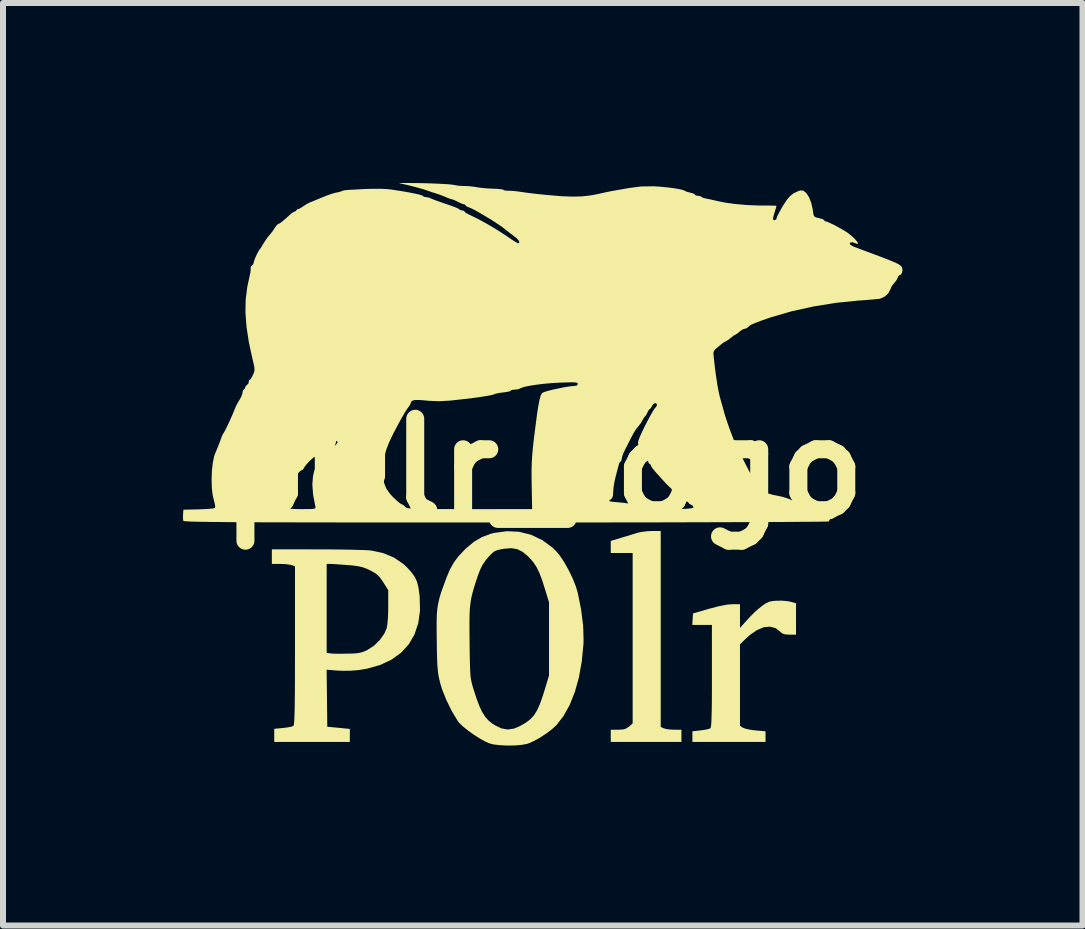
<source format=kicad_pcb>
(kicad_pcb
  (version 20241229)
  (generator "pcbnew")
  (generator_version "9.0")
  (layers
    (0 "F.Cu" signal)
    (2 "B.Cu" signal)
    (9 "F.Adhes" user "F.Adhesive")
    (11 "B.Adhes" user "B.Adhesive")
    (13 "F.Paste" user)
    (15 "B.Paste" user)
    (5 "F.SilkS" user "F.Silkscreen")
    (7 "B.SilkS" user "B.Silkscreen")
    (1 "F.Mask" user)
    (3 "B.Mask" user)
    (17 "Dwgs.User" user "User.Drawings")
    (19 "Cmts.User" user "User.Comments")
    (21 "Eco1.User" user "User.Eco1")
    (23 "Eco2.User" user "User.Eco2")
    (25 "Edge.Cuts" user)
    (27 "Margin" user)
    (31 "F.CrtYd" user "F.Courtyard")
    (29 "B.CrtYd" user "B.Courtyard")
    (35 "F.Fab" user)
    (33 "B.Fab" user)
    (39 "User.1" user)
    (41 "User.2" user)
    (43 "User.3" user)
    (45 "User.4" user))
  (footprint "p0lr_logo"
    (layer "F.Cu")
    (at 6.012 4.765)
    (property "Reference" "p0lr_logo" (at 0 0 0) (layer "F.SilkS") (effects (font (size 1.524 1.524) (thickness 0.3))))
    (attr board_only exclude_from_pos_files exclude_from_bom)
    (fp_poly (pts (xy 1.951 4.301) (xy 2.002 4.325) (xy 2.051 4.338) (xy 2.122 4.346) (xy 2.175 4.348) (xy 2.296 4.348) (xy 2.296 4.552) (xy 1.118 4.552) (xy 1.118 4.348) (xy 1.238 4.348) (xy 1.314 4.345) (xy 1.367 4.332) (xy 1.411 4.304) (xy 1.421 4.296) (xy 1.483 4.243) (xy 1.483 1.402) (xy 1.118 1.402) (xy 1.118 1.201) (xy 1.295 1.148) (xy 1.388 1.12) (xy 1.477 1.093) (xy 1.548 1.071) (xy 1.563 1.066) (xy 1.631 1.051) (xy 1.719 1.04) (xy 1.802 1.036) (xy 1.951 1.036)) (stroke (width 0) (type solid)) (fill yes) (layer "F.SilkS"))
    (fp_poly (pts (xy 4.061 2.205) (xy 4.116 2.215) (xy 4.206 2.24) (xy 4.206 2.764) (xy 4.098 2.764) (xy 4.024 2.759) (xy 3.978 2.744) (xy 3.95 2.721) (xy 3.868 2.656) (xy 3.773 2.63) (xy 3.668 2.64) (xy 3.554 2.688) (xy 3.433 2.772) (xy 3.363 2.836) (xy 3.272 2.925) (xy 3.272 4.283) (xy 3.319 4.314) (xy 3.361 4.33) (xy 3.431 4.346) (xy 3.514 4.358) (xy 3.532 4.36) (xy 3.698 4.374) (xy 3.698 4.552) (xy 2.479 4.552) (xy 2.479 4.374) (xy 2.616 4.359) (xy 2.69 4.349) (xy 2.748 4.336) (xy 2.779 4.324) (xy 2.785 4.309) (xy 2.791 4.275) (xy 2.795 4.219) (xy 2.798 4.138) (xy 2.801 4.028) (xy 2.803 3.888) (xy 2.804 3.713) (xy 2.804 3.501) (xy 2.804 3.452) (xy 2.804 2.601) (xy 2.477 2.601) (xy 2.483 2.505) (xy 2.489 2.41) (xy 2.753 2.333) (xy 2.922 2.289) (xy 3.056 2.263) (xy 3.145 2.256) (xy 3.272 2.256) (xy 3.272 2.454) (xy 3.273 2.652) (xy 3.344 2.57) (xy 3.436 2.47) (xy 3.513 2.392) (xy 3.586 2.327) (xy 3.646 2.28) (xy 3.708 2.238) (xy 3.761 2.214) (xy 3.824 2.202) (xy 3.886 2.198) (xy 3.974 2.197)) (stroke (width 0) (type solid)) (fill yes) (layer "F.SilkS"))
    (fp_poly (pts (xy -3.774 1.342) (xy -3.596 1.342) (xy -3.424 1.344) (xy -3.265 1.346) (xy -3.124 1.35) (xy -3.007 1.353) (xy -2.92 1.357) (xy -2.87 1.362) (xy -2.672 1.405) (xy -2.493 1.48) (xy -2.339 1.585) (xy -2.285 1.635) (xy -2.207 1.72) (xy -2.151 1.797) (xy -2.113 1.877) (xy -2.088 1.972) (xy -2.071 2.093) (xy -2.067 2.132) (xy -2.061 2.362) (xy -2.09 2.571) (xy -2.153 2.759) (xy -2.248 2.923) (xy -2.376 3.064) (xy -2.535 3.179) (xy -2.723 3.268) (xy -2.941 3.33) (xy -3.08 3.353) (xy -3.207 3.364) (xy -3.343 3.366) (xy -3.44 3.362) (xy -3.618 3.348) (xy -3.612 3.823) (xy -3.607 4.298) (xy -3.419 4.316) (xy -3.231 4.335) (xy -3.231 4.552) (xy -4.491 4.552) (xy -4.491 4.333) (xy -4.343 4.319) (xy -4.267 4.309) (xy -4.206 4.297) (xy -4.172 4.284) (xy -4.171 4.283) (xy -4.165 4.271) (xy -4.161 4.24) (xy -4.157 4.189) (xy -4.154 4.116) (xy -4.151 4.018) (xy -4.149 3.893) (xy -4.147 3.737) (xy -4.146 3.55) (xy -4.146 3.327) (xy -4.145 3.068) (xy -4.145 2.943) (xy -4.145 1.625) (xy -4.197 1.605) (xy -4.244 1.595) (xy -4.316 1.587) (xy -4.39 1.585) (xy -3.617 1.585) (xy -3.617 3.066) (xy -3.561 3.075) (xy -3.518 3.079) (xy -3.446 3.081) (xy -3.355 3.081) (xy -3.279 3.08) (xy -3.176 3.078) (xy -3.102 3.072) (xy -3.045 3.061) (xy -2.993 3.044) (xy -2.936 3.018) (xy -2.934 3.016) (xy -2.827 2.946) (xy -2.731 2.852) (xy -2.656 2.746) (xy -2.617 2.657) (xy -2.606 2.596) (xy -2.597 2.503) (xy -2.592 2.387) (xy -2.591 2.296) (xy -2.591 2.022) (xy -2.673 1.891) (xy -2.723 1.818) (xy -2.769 1.767) (xy -2.827 1.727) (xy -2.892 1.692) (xy -2.961 1.66) (xy -3.024 1.638) (xy -3.093 1.623) (xy -3.181 1.611) (xy -3.257 1.604) (xy -3.356 1.597) (xy -3.447 1.59) (xy -3.517 1.586) (xy -3.551 1.585) (xy -3.617 1.585) (xy -4.39 1.585) (xy -4.531 1.585) (xy -4.531 1.341)) (stroke (width 0) (type solid)) (fill yes) (layer "F.SilkS"))
    (fp_poly (pts (xy -0.408 1.049) (xy -0.212 1.098) (xy -0.026 1.186) (xy 0.145 1.311) (xy 0.192 1.355) (xy 0.265 1.44) (xy 0.342 1.555) (xy 0.416 1.687) (xy 0.484 1.827) (xy 0.538 1.964) (xy 0.569 2.07) (xy 0.625 2.35) (xy 0.658 2.614) (xy 0.665 2.856) (xy 0.663 2.92) (xy 0.635 3.209) (xy 0.587 3.477) (xy 0.519 3.721) (xy 0.432 3.938) (xy 0.327 4.125) (xy 0.212 4.272) (xy 0.134 4.343) (xy 0.035 4.417) (xy -0.073 4.487) (xy -0.178 4.544) (xy -0.266 4.581) (xy -0.27 4.582) (xy -0.362 4.6) (xy -0.478 4.61) (xy -0.605 4.612) (xy -0.729 4.606) (xy -0.838 4.593) (xy -0.904 4.576) (xy -0.98 4.542) (xy -1.072 4.49) (xy -1.17 4.427) (xy -1.265 4.359) (xy -1.348 4.292) (xy -1.408 4.234) (xy -1.428 4.209) (xy -1.534 4.033) (xy -1.624 3.849) (xy -1.695 3.67) (xy -1.721 3.584) (xy -1.737 3.519) (xy -1.75 3.46) (xy -1.76 3.401) (xy -1.767 3.334) (xy -1.773 3.253) (xy -1.777 3.152) (xy -1.78 3.023) (xy -1.782 2.865) (xy -1.784 2.691) (xy -1.784 2.549) (xy -1.784 2.549) (xy -1.237 2.549) (xy -1.237 2.699) (xy -1.235 2.881) (xy -1.235 2.906) (xy -1.233 3.076) (xy -1.23 3.211) (xy -1.227 3.317) (xy -1.223 3.399) (xy -1.218 3.465) (xy -1.21 3.518) (xy -1.2 3.566) (xy -1.187 3.614) (xy -1.174 3.658) (xy -1.121 3.822) (xy -1.073 3.951) (xy -1.025 4.052) (xy -0.976 4.131) (xy -0.92 4.194) (xy -0.856 4.246) (xy -0.821 4.269) (xy -0.707 4.325) (xy -0.601 4.345) (xy -0.493 4.329) (xy -0.393 4.286) (xy -0.299 4.232) (xy -0.223 4.174) (xy -0.161 4.107) (xy -0.109 4.023) (xy -0.061 3.916) (xy -0.013 3.779) (xy 0.012 3.698) (xy 0.089 3.444) (xy 0.089 2.225) (xy 0.021 2.002) (xy -0.027 1.85) (xy -0.073 1.73) (xy -0.12 1.635) (xy -0.173 1.555) (xy -0.236 1.483) (xy -0.264 1.455) (xy -0.354 1.381) (xy -0.442 1.338) (xy -0.539 1.322) (xy -0.658 1.331) (xy -0.7 1.338) (xy -0.773 1.354) (xy -0.825 1.377) (xy -0.873 1.418) (xy -0.91 1.457) (xy -0.969 1.527) (xy -1.015 1.594) (xy -1.054 1.669) (xy -1.091 1.763) (xy -1.132 1.886) (xy -1.134 1.89) (xy -1.164 1.988) (xy -1.188 2.074) (xy -1.207 2.154) (xy -1.22 2.236) (xy -1.23 2.324) (xy -1.235 2.426) (xy -1.237 2.549) (xy -1.784 2.549) (xy -1.781 2.432) (xy -1.773 2.332) (xy -1.758 2.242) (xy -1.737 2.152) (xy -1.708 2.055) (xy -1.668 1.944) (xy -1.622 1.818) (xy -1.563 1.678) (xy -1.5 1.564) (xy -1.423 1.46) (xy -1.321 1.352) (xy -1.297 1.328) (xy -1.164 1.217) (xy -1.029 1.137) (xy -0.878 1.081) (xy -0.825 1.068) (xy -0.613 1.039)) (stroke (width 0) (type solid)) (fill yes) (layer "F.SilkS"))
    (fp_poly (pts (xy -2.187 -4.764) (xy -2.069 -4.763) (xy -2.012 -4.762) (xy -1.877 -4.758) (xy -1.752 -4.753) (xy -1.644 -4.747) (xy -1.559 -4.741) (xy -1.506 -4.734) (xy -1.498 -4.733) (xy -1.427 -4.72) (xy -1.346 -4.715) (xy -1.325 -4.715) (xy -1.247 -4.712) (xy -1.157 -4.702) (xy -1.118 -4.695) (xy -1.041 -4.684) (xy -0.943 -4.675) (xy -0.845 -4.67) (xy -0.838 -4.67) (xy -0.761 -4.666) (xy -0.703 -4.66) (xy -0.673 -4.653) (xy -0.671 -4.65) (xy -0.652 -4.641) (xy -0.607 -4.636) (xy -0.584 -4.636) (xy -0.514 -4.633) (xy -0.428 -4.624) (xy -0.376 -4.616) (xy -0.314 -4.607) (xy -0.222 -4.595) (xy -0.109 -4.582) (xy 0.016 -4.569) (xy 0.102 -4.561) (xy 0.306 -4.544) (xy 0.48 -4.538) (xy 0.631 -4.541) (xy 0.769 -4.556) (xy 0.901 -4.58) (xy 0.914 -4.583) (xy 1 -4.603) (xy 1.086 -4.621) (xy 1.138 -4.631) (xy 1.199 -4.642) (xy 1.285 -4.657) (xy 1.383 -4.674) (xy 1.429 -4.682) (xy 1.623 -4.707) (xy 1.823 -4.71) (xy 1.846 -4.709) (xy 1.955 -4.702) (xy 2.065 -4.691) (xy 2.169 -4.678) (xy 2.257 -4.663) (xy 2.322 -4.648) (xy 2.355 -4.634) (xy 2.357 -4.632) (xy 2.382 -4.62) (xy 2.431 -4.607) (xy 2.443 -4.604) (xy 2.492 -4.591) (xy 2.518 -4.575) (xy 2.52 -4.571) (xy 2.537 -4.556) (xy 2.569 -4.552) (xy 2.612 -4.545) (xy 2.63 -4.534) (xy 2.656 -4.518) (xy 2.704 -4.506) (xy 2.707 -4.505) (xy 2.764 -4.494) (xy 2.84 -4.477) (xy 2.896 -4.464) (xy 3.033 -4.436) (xy 3.199 -4.414) (xy 3.382 -4.398) (xy 3.572 -4.39) (xy 3.647 -4.389) (xy 3.739 -4.389) (xy 3.814 -4.388) (xy 3.864 -4.386) (xy 3.881 -4.384) (xy 3.875 -4.363) (xy 3.862 -4.316) (xy 3.85 -4.279) (xy 3.83 -4.209) (xy 3.822 -4.169) (xy 3.827 -4.15) (xy 3.845 -4.145) (xy 3.851 -4.145) (xy 3.878 -4.161) (xy 3.881 -4.175) (xy 3.891 -4.205) (xy 3.918 -4.26) (xy 3.957 -4.331) (xy 3.985 -4.38) (xy 4.049 -4.478) (xy 4.107 -4.547) (xy 4.169 -4.595) (xy 4.243 -4.629) (xy 4.279 -4.641) (xy 4.329 -4.637) (xy 4.377 -4.597) (xy 4.422 -4.529) (xy 4.459 -4.436) (xy 4.484 -4.326) (xy 4.488 -4.298) (xy 4.497 -4.238) (xy 4.512 -4.206) (xy 4.543 -4.19) (xy 4.587 -4.18) (xy 4.64 -4.166) (xy 4.67 -4.15) (xy 4.674 -4.144) (xy 4.69 -4.127) (xy 4.701 -4.125) (xy 4.734 -4.115) (xy 4.792 -4.089) (xy 4.865 -4.053) (xy 4.943 -4.01) (xy 5.016 -3.968) (xy 5.074 -3.93) (xy 5.08 -3.925) (xy 5.137 -3.879) (xy 5.185 -3.833) (xy 5.221 -3.792) (xy 5.239 -3.762) (xy 5.237 -3.748) (xy 5.21 -3.755) (xy 5.203 -3.758) (xy 5.151 -3.777) (xy 5.113 -3.774) (xy 5.1 -3.753) (xy 5.118 -3.73) (xy 5.161 -3.706) (xy 5.177 -3.7) (xy 5.22 -3.684) (xy 5.294 -3.656) (xy 5.39 -3.62) (xy 5.501 -3.579) (xy 5.601 -3.541) (xy 5.73 -3.492) (xy 5.825 -3.453) (xy 5.892 -3.423) (xy 5.936 -3.398) (xy 5.961 -3.376) (xy 5.972 -3.36) (xy 5.981 -3.311) (xy 5.972 -3.264) (xy 5.947 -3.234) (xy 5.934 -3.231) (xy 5.914 -3.214) (xy 5.902 -3.187) (xy 5.878 -3.141) (xy 5.84 -3.095) (xy 5.801 -3.043) (xy 5.778 -2.991) (xy 5.743 -2.925) (xy 5.682 -2.87) (xy 5.609 -2.837) (xy 5.598 -2.835) (xy 5.556 -2.83) (xy 5.483 -2.823) (xy 5.387 -2.815) (xy 5.279 -2.807) (xy 5.243 -2.805) (xy 4.868 -2.767) (xy 4.493 -2.706) (xy 4.128 -2.625) (xy 3.787 -2.526) (xy 3.736 -2.508) (xy 3.617 -2.467) (xy 3.531 -2.434) (xy 3.472 -2.409) (xy 3.434 -2.388) (xy 3.413 -2.369) (xy 3.408 -2.362) (xy 3.375 -2.34) (xy 3.355 -2.337) (xy 3.316 -2.324) (xy 3.269 -2.291) (xy 3.263 -2.286) (xy 3.223 -2.253) (xy 3.196 -2.236) (xy 3.193 -2.235) (xy 3.168 -2.223) (xy 3.137 -2.197) (xy 3.086 -2.157) (xy 3.048 -2.134) (xy 3.003 -2.108) (xy 2.978 -2.091) (xy 2.908 -2.034) (xy 2.863 -1.996) (xy 2.839 -1.967) (xy 2.83 -1.937) (xy 2.831 -1.899) (xy 2.836 -1.852) (xy 2.853 -1.697) (xy 2.873 -1.546) (xy 2.894 -1.409) (xy 2.915 -1.293) (xy 2.934 -1.208) (xy 2.936 -1.199) (xy 2.959 -1.119) (xy 2.986 -1.023) (xy 3.008 -0.941) (xy 3.032 -0.861) (xy 3.065 -0.763) (xy 3.102 -0.657) (xy 3.14 -0.556) (xy 3.174 -0.468) (xy 3.201 -0.405) (xy 3.207 -0.393) (xy 3.224 -0.361) (xy 3.254 -0.301) (xy 3.294 -0.221) (xy 3.339 -0.13) (xy 3.343 -0.122) (xy 3.389 -0.031) (xy 3.431 0.049) (xy 3.465 0.11) (xy 3.486 0.143) (xy 3.487 0.144) (xy 3.51 0.181) (xy 3.515 0.2) (xy 3.526 0.222) (xy 3.531 0.224) (xy 3.549 0.24) (xy 3.569 0.281) (xy 3.57 0.284) (xy 3.602 0.334) (xy 3.634 0.345) (xy 3.679 0.361) (xy 3.702 0.383) (xy 3.742 0.41) (xy 3.821 0.433) (xy 3.876 0.444) (xy 3.991 0.469) (xy 4.094 0.503) (xy 4.178 0.544) (xy 4.234 0.587) (xy 4.255 0.621) (xy 4.262 0.641) (xy 4.275 0.655) (xy 4.3 0.664) (xy 4.346 0.669) (xy 4.419 0.673) (xy 4.516 0.675) (xy 4.765 0.681) (xy 4.771 0.77) (xy 4.77 0.84) (xy 4.752 0.876) (xy 4.751 0.877) (xy 4.729 0.878) (xy 4.667 0.879) (xy 4.569 0.881) (xy 4.435 0.882) (xy 4.267 0.883) (xy 4.066 0.885) (xy 3.835 0.886) (xy 3.576 0.887) (xy 3.289 0.888) (xy 2.977 0.889) (xy 2.641 0.89) (xy 2.283 0.891) (xy 1.904 0.892) (xy 1.507 0.892) (xy 1.093 0.893) (xy 0.663 0.893) (xy 0.22 0.894) (xy -0.236 0.894) (xy -0.636 0.894) (xy -1.196 0.894) (xy -1.717 0.894) (xy -2.201 0.894) (xy -2.647 0.893) (xy -3.059 0.893) (xy -3.437 0.893) (xy -3.782 0.892) (xy -4.096 0.892) (xy -4.381 0.891) (xy -4.637 0.891) (xy -4.866 0.89) (xy -5.069 0.889) (xy -5.248 0.888) (xy -5.405 0.886) (xy -5.539 0.885) (xy -5.654 0.883) (xy -5.749 0.882) (xy -5.828 0.88) (xy -5.89 0.878) (xy -5.937 0.875) (xy -5.971 0.873) (xy -5.993 0.87) (xy -6.004 0.868) (xy -6.007 0.866) (xy -6.012 0.828) (xy -6.012 0.771) (xy -6.011 0.759) (xy -6.005 0.681) (xy -5.751 0.675) (xy -5.653 0.671) (xy -5.569 0.666) (xy -5.509 0.659) (xy -5.48 0.652) (xy -5.479 0.651) (xy -5.475 0.623) (xy -5.485 0.568) (xy -5.491 0.548) (xy -4.288 0.548) (xy -4.287 0.613) (xy -4.277 0.653) (xy -4.274 0.657) (xy -4.249 0.662) (xy -4.193 0.667) (xy -4.113 0.67) (xy -4.028 0.671) (xy -3.928 0.67) (xy -3.862 0.669) (xy -3.824 0.664) (xy -3.806 0.656) (xy -3.803 0.641) (xy -3.806 0.625) (xy -3.843 0.431) (xy -3.856 0.263) (xy -3.846 0.132) (xy -3.843 0.115) (xy -2.678 0.115) (xy -2.662 0.23) (xy -2.623 0.329) (xy -2.559 0.42) (xy -2.501 0.481) (xy -2.445 0.533) (xy -2.399 0.571) (xy -2.371 0.589) (xy -2.368 0.589) (xy -2.339 0.603) (xy -2.311 0.63) (xy -2.302 0.639) (xy -2.29 0.647) (xy -2.272 0.653) (xy -2.244 0.658) (xy -2.202 0.662) (xy -2.144 0.665) (xy -2.066 0.667) (xy -1.965 0.669) (xy -1.837 0.67) (xy -1.678 0.67) (xy -1.487 0.671) (xy -1.258 0.671) (xy -1.235 0.671) (xy -0.193 0.671) (xy -0.195 0.537) (xy 1.094 0.537) (xy 1.118 0.545) (xy 1.172 0.551) (xy 1.25 0.558) (xy 1.332 0.566) (xy 1.397 0.575) (xy 1.436 0.583) (xy 1.443 0.586) (xy 1.466 0.603) (xy 1.511 0.628) (xy 1.524 0.634) (xy 1.567 0.645) (xy 1.639 0.655) (xy 1.734 0.663) (xy 1.844 0.668) (xy 1.964 0.672) (xy 2.086 0.673) (xy 2.204 0.672) (xy 2.31 0.669) (xy 2.399 0.664) (xy 2.463 0.656) (xy 2.496 0.646) (xy 2.499 0.641) (xy 2.482 0.612) (xy 2.459 0.599) (xy 2.426 0.581) (xy 2.418 0.568) (xy 2.402 0.549) (xy 2.397 0.549) (xy 2.371 0.536) (xy 2.328 0.503) (xy 2.3 0.479) (xy 2.241 0.426) (xy 2.182 0.377) (xy 2.164 0.362) (xy 2.114 0.318) (xy 2.055 0.261) (xy 2.029 0.234) (xy 1.971 0.17) (xy 1.906 0.098) (xy 1.872 0.061) (xy 1.828 0.008) (xy 1.797 -0.035) (xy 1.788 -0.056) (xy 1.775 -0.079) (xy 1.768 -0.081) (xy 1.749 -0.097) (xy 1.748 -0.108) (xy 1.735 -0.141) (xy 1.707 -0.178) (xy 1.678 -0.215) (xy 1.666 -0.24) (xy 1.656 -0.267) (xy 1.629 -0.313) (xy 1.613 -0.337) (xy 1.581 -0.389) (xy 1.571 -0.427) (xy 1.579 -0.471) (xy 1.584 -0.487) (xy 1.606 -0.542) (xy 1.64 -0.617) (xy 1.682 -0.704) (xy 1.728 -0.793) (xy 1.773 -0.878) (xy 1.814 -0.95) (xy 1.845 -1.001) (xy 1.863 -1.022) (xy 1.886 -1.051) (xy 1.886 -1.082) (xy 1.861 -1.097) (xy 1.859 -1.097) (xy 1.828 -1.081) (xy 1.805 -1.046) (xy 1.783 -1.009) (xy 1.767 -0.996) (xy 1.75 -0.979) (xy 1.729 -0.938) (xy 1.727 -0.935) (xy 1.706 -0.893) (xy 1.69 -0.874) (xy 1.689 -0.874) (xy 1.673 -0.857) (xy 1.651 -0.817) (xy 1.65 -0.815) (xy 1.615 -0.756) (xy 1.577 -0.708) (xy 1.54 -0.662) (xy 1.499 -0.597) (xy 1.479 -0.559) (xy 1.44 -0.483) (xy 1.395 -0.395) (xy 1.364 -0.335) (xy 1.331 -0.266) (xy 1.308 -0.205) (xy 1.301 -0.168) (xy 1.294 -0.132) (xy 1.283 -0.122) (xy 1.264 -0.105) (xy 1.254 -0.076) (xy 1.243 -0.035) (xy 1.225 0.032) (xy 1.204 0.111) (xy 1.201 0.122) (xy 1.18 0.213) (xy 1.165 0.305) (xy 1.159 0.378) (xy 1.159 0.379) (xy 1.155 0.446) (xy 1.141 0.486) (xy 1.113 0.513) (xy 1.113 0.513) (xy 1.094 0.527) (xy 1.094 0.537) (xy -0.195 0.537) (xy -0.2 0.269) (xy -0.202 0.134) (xy -0.202 0.017) (xy -0.199 -0.091) (xy -0.193 -0.198) (xy -0.184 -0.313) (xy -0.17 -0.444) (xy -0.151 -0.6) (xy -0.13 -0.762) (xy -0.109 -0.922) (xy -0.09 -1.047) (xy -0.072 -1.139) (xy -0.056 -1.204) (xy -0.039 -1.245) (xy -0.023 -1.266) (xy 0.009 -1.281) (xy 0.071 -1.3) (xy 0.154 -1.321) (xy 0.248 -1.341) (xy 0.342 -1.36) (xy 0.428 -1.374) (xy 0.494 -1.381) (xy 0.513 -1.382) (xy 0.557 -1.391) (xy 0.569 -1.415) (xy 0.565 -1.428) (xy 0.551 -1.437) (xy 0.519 -1.441) (xy 0.464 -1.443) (xy 0.38 -1.441) (xy 0.269 -1.437) (xy 0.137 -1.43) (xy 0.005 -1.418) (xy -0.119 -1.403) (xy -0.229 -1.386) (xy -0.317 -1.368) (xy -0.376 -1.349) (xy -0.395 -1.339) (xy -0.428 -1.326) (xy -0.479 -1.321) (xy -0.482 -1.321) (xy -0.527 -1.316) (xy -0.548 -1.305) (xy -0.549 -1.303) (xy -0.567 -1.292) (xy -0.615 -1.282) (xy -0.667 -1.275) (xy -0.739 -1.266) (xy -0.799 -1.253) (xy -0.825 -1.243) (xy -0.863 -1.231) (xy -0.938 -1.217) (xy -1.045 -1.2) (xy -1.18 -1.181) (xy -1.34 -1.162) (xy -1.52 -1.142) (xy -1.555 -1.138) (xy -1.742 -1.127) (xy -1.923 -1.135) (xy -1.958 -1.139) (xy -2.069 -1.148) (xy -2.145 -1.148) (xy -2.191 -1.136) (xy -2.212 -1.112) (xy -2.215 -1.095) (xy -2.227 -1.068) (xy -2.248 -1.038) (xy -2.279 -0.995) (xy -2.323 -0.924) (xy -2.377 -0.831) (xy -2.435 -0.724) (xy -2.494 -0.612) (xy -2.509 -0.583) (xy -2.576 -0.443) (xy -2.622 -0.324) (xy -2.653 -0.214) (xy -2.671 -0.102) (xy -2.677 -0.028) (xy -2.678 0.115) (xy -3.843 0.115) (xy -3.831 0.059) (xy -3.812 0.000112) (xy -3.797 -0.03) (xy -3.765 -0.068) (xy -3.729 -0.114) (xy -3.695 -0.154) (xy -3.643 -0.211) (xy -3.58 -0.276) (xy -3.561 -0.296) (xy -3.504 -0.355) (xy -3.46 -0.405) (xy -3.437 -0.438) (xy -3.434 -0.445) (xy -3.447 -0.466) (xy -3.482 -0.459) (xy -3.532 -0.427) (xy -3.54 -0.42) (xy -3.596 -0.374) (xy -3.65 -0.334) (xy -3.707 -0.29) (xy -3.754 -0.249) (xy -3.789 -0.218) (xy -3.811 -0.203) (xy -3.812 -0.203) (xy -3.836 -0.189) (xy -3.876 -0.154) (xy -3.922 -0.109) (xy -3.963 -0.063) (xy -3.99 -0.026) (xy -3.994 -0.017) (xy -4.015 0.014) (xy -4.031 0.02) (xy -4.059 0.037) (xy -4.1 0.081) (xy -4.147 0.143) (xy -4.193 0.214) (xy -4.231 0.285) (xy -4.249 0.325) (xy -4.268 0.392) (xy -4.281 0.47) (xy -4.288 0.548) (xy -5.491 0.548) (xy -5.495 0.532) (xy -5.518 0.432) (xy -5.532 0.307) (xy -5.535 0.17) (xy -5.53 0.03) (xy -5.515 -0.1) (xy -5.493 -0.21) (xy -5.469 -0.274) (xy -5.44 -0.342) (xy -5.407 -0.425) (xy -5.392 -0.467) (xy -5.369 -0.53) (xy -5.35 -0.575) (xy -5.34 -0.59) (xy -5.325 -0.613) (xy -5.298 -0.664) (xy -5.264 -0.734) (xy -5.228 -0.812) (xy -5.193 -0.89) (xy -5.165 -0.958) (xy -5.153 -0.989) (xy -5.123 -1.058) (xy -5.083 -1.13) (xy -5.072 -1.146) (xy -5.04 -1.204) (xy -5.021 -1.257) (xy -5.019 -1.273) (xy -5.012 -1.31) (xy -4.999 -1.321) (xy -4.981 -1.337) (xy -4.978 -1.352) (xy -4.962 -1.386) (xy -4.948 -1.395) (xy -4.922 -1.422) (xy -4.917 -1.445) (xy -4.91 -1.477) (xy -4.9 -1.483) (xy -4.882 -1.5) (xy -4.857 -1.543) (xy -4.846 -1.566) (xy -4.828 -1.607) (xy -4.82 -1.641) (xy -4.821 -1.681) (xy -4.831 -1.737) (xy -4.85 -1.82) (xy -4.852 -1.825) (xy -4.914 -2.11) (xy -4.953 -2.367) (xy -4.971 -2.602) (xy -4.967 -2.821) (xy -4.941 -3.03) (xy -4.905 -3.197) (xy -4.89 -3.265) (xy -4.883 -3.32) (xy -4.885 -3.345) (xy -4.88 -3.377) (xy -4.866 -3.386) (xy -4.84 -3.414) (xy -4.836 -3.431) (xy -4.827 -3.466) (xy -4.806 -3.521) (xy -4.778 -3.582) (xy -4.751 -3.633) (xy -4.733 -3.658) (xy -4.716 -3.68) (xy -4.69 -3.725) (xy -4.682 -3.738) (xy -4.612 -3.847) (xy -4.549 -3.922) (xy -4.516 -3.964) (xy -4.481 -4.018) (xy -4.479 -4.021) (xy -4.449 -4.063) (xy -4.423 -4.084) (xy -4.419 -4.084) (xy -4.397 -4.094) (xy -4.356 -4.124) (xy -4.293 -4.178) (xy -4.205 -4.258) (xy -4.205 -4.258) (xy -4.168 -4.282) (xy -4.149 -4.288) (xy -4.126 -4.301) (xy -4.125 -4.308) (xy -4.109 -4.326) (xy -4.097 -4.328) (xy -4.064 -4.34) (xy -4.018 -4.369) (xy -4.011 -4.374) (xy -3.952 -4.413) (xy -3.892 -4.443) (xy -3.843 -4.462) (xy -3.771 -4.492) (xy -3.691 -4.525) (xy -3.683 -4.528) (xy -3.601 -4.561) (xy -3.522 -4.588) (xy -3.463 -4.604) (xy -3.46 -4.604) (xy -3.405 -4.616) (xy -3.367 -4.628) (xy -3.363 -4.63) (xy -3.35 -4.636) (xy -3.33 -4.641) (xy -3.298 -4.646) (xy -3.246 -4.65) (xy -3.17 -4.654) (xy -3.064 -4.66) (xy -2.967 -4.665) (xy -2.839 -4.668) (xy -2.715 -4.668) (xy -2.61 -4.663) (xy -2.55 -4.657) (xy -2.397 -4.634) (xy -2.264 -4.611) (xy -2.155 -4.59) (xy -2.074 -4.572) (xy -2.027 -4.557) (xy -2.015 -4.55) (xy -1.992 -4.534) (xy -1.969 -4.531) (xy -1.916 -4.522) (xy -1.895 -4.514) (xy -1.844 -4.492) (xy -1.757 -4.46) (xy -1.633 -4.417) (xy -1.534 -4.383) (xy -1.47 -4.359) (xy -1.423 -4.338) (xy -1.405 -4.325) (xy -1.382 -4.311) (xy -1.36 -4.308) (xy -1.328 -4.3) (xy -1.321 -4.29) (xy -1.304 -4.272) (xy -1.26 -4.246) (xy -1.224 -4.229) (xy -1.093 -4.165) (xy -0.945 -4.084) (xy -0.794 -3.995) (xy -0.654 -3.905) (xy -0.611 -3.876) (xy -0.539 -3.827) (xy -0.478 -3.788) (xy -0.437 -3.764) (xy -0.425 -3.759) (xy -0.405 -3.77) (xy -0.412 -3.799) (xy -0.444 -3.838) (xy -0.493 -3.878) (xy -0.558 -3.926) (xy -0.621 -3.975) (xy -0.64 -3.991) (xy -0.692 -4.032) (xy -0.768 -4.083) (xy -0.858 -4.142) (xy -0.956 -4.202) (xy -1.052 -4.259) (xy -1.139 -4.308) (xy -1.208 -4.343) (xy -1.252 -4.361) (xy -1.289 -4.377) (xy -1.3 -4.391) (xy -1.317 -4.408) (xy -1.326 -4.409) (xy -1.359 -4.418) (xy -1.41 -4.441) (xy -1.428 -4.45) (xy -1.48 -4.475) (xy -1.517 -4.49) (xy -1.524 -4.491) (xy -1.554 -4.499) (xy -1.605 -4.518) (xy -1.631 -4.53) (xy -1.706 -4.56) (xy -1.783 -4.587) (xy -1.798 -4.592) (xy -1.861 -4.611) (xy -1.912 -4.629) (xy -1.92 -4.632) (xy -2.007 -4.661) (xy -2.128 -4.695) (xy -2.274 -4.732) (xy -2.408 -4.762) (xy -2.401 -4.764) (xy -2.358 -4.765) (xy -2.285 -4.765)) (stroke (width 0) (type solid)) (fill yes) (layer "F.SilkS")))
  (gr_rect
    (start -3 -3)
    (end 14.993 12.377)
    (stroke (width 0.1) (type default))
    (fill no)
    (layer "Edge.Cuts")))
</source>
